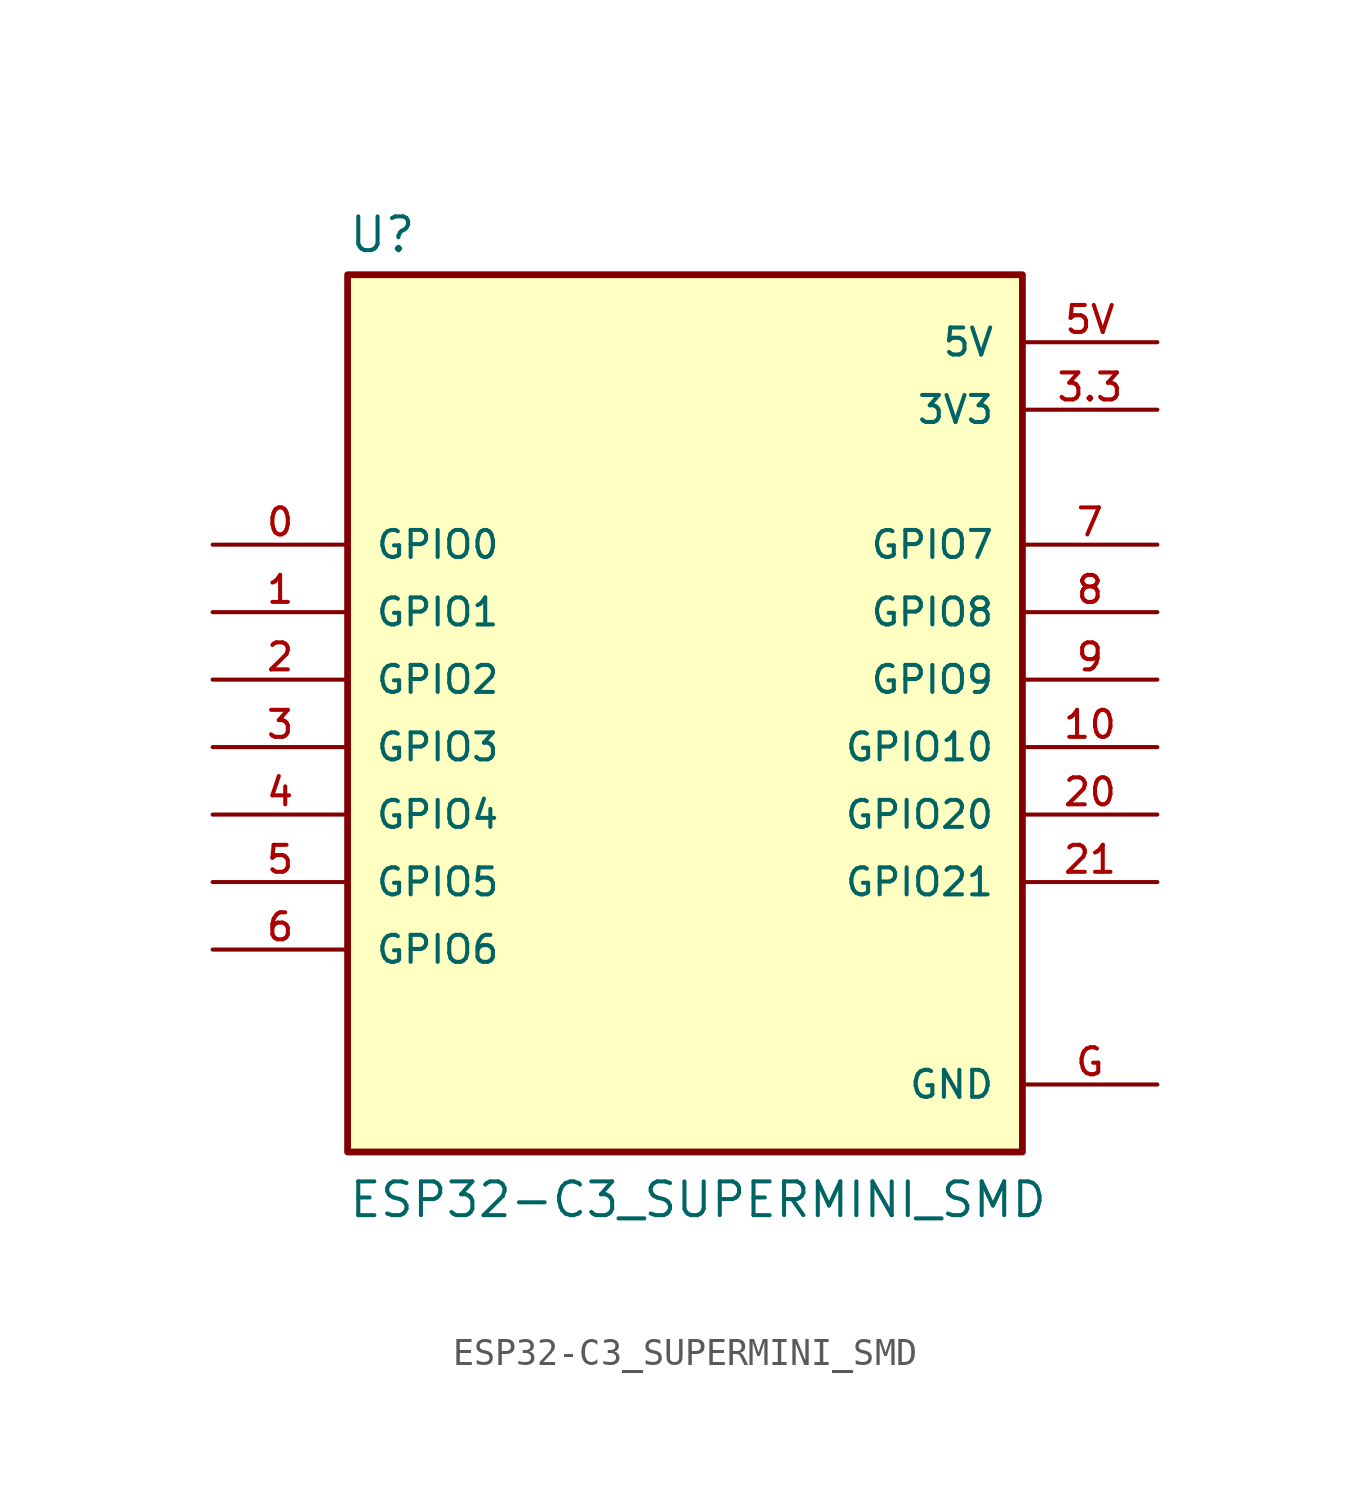
<source format=kicad_sym>
(kicad_symbol_lib
  (version 20211014)
  (generator kicad_symbol_editor)
  (symbol "ESP32-C3_SUPERMINI_SMD"
    (pin_names
      (offset 1.016))
    (property "Reference" "U"
      (at -12.7 16.002 0)
      (effects (font (size 1.27 1.27)) (justify bottom left)))
    (property "Value" "ESP32-C3_SUPERMINI_SMD"
      (at -12.7 -20.32 0)
      (effects (font (size 1.27 1.27)) (justify bottom left)))
    (symbol "ESP32-C3_SUPERMINI_SMD_0_0"
      (rectangle (start -12.7 -17.78) (end 12.7 15.24) (stroke (width 0.254)) (fill (type background)))
      (pin power_in line (at 17.78 12.7 180.0) (length 5.08) (name "5V" (effects (font (size 1.016 1.016)))) (number "5V" (effects (font (size 1.016 1.016)))))
      (pin power_in line (at 17.78 -15.24 180.0) (length 5.08) (name "GND" (effects (font (size 1.016 1.016)))) (number "G" (effects (font (size 1.016 1.016)))))
      (pin power_in line (at 17.78 10.16 180.0) (length 5.08) (name "3V3" (effects (font (size 1.016 1.016)))) (number "3.3" (effects (font (size 1.016 1.016)))))
      (pin bidirectional line (at -17.78 5.08 0) (length 5.08) (name "GPIO0" (effects (font (size 1.016 1.016)))) (number "0" (effects (font (size 1.016 1.016)))))
      (pin bidirectional line (at -17.78 2.54 0) (length 5.08) (name "GPIO1" (effects (font (size 1.016 1.016)))) (number "1" (effects (font (size 1.016 1.016)))))
      (pin bidirectional line (at -17.78 0.0 0) (length 5.08) (name "GPIO2" (effects (font (size 1.016 1.016)))) (number "2" (effects (font (size 1.016 1.016)))))
      (pin bidirectional line (at -17.78 -2.54 0) (length 5.08) (name "GPIO3" (effects (font (size 1.016 1.016)))) (number "3" (effects (font (size 1.016 1.016)))))
      (pin bidirectional line (at -17.78 -5.08 0) (length 5.08) (name "GPIO4" (effects (font (size 1.016 1.016)))) (number "4" (effects (font (size 1.016 1.016)))))
      (pin bidirectional line (at -17.78 -7.62 0) (length 5.08) (name "GPIO5" (effects (font (size 1.016 1.016)))) (number "5" (effects (font (size 1.016 1.016)))))
      (pin bidirectional line (at -17.78 -10.16 0) (length 5.08) (name "GPIO6" (effects (font (size 1.016 1.016)))) (number "6" (effects (font (size 1.016 1.016)))))
      (pin bidirectional line (at 17.78 5.08 180.0) (length 5.08) (name "GPIO7" (effects (font (size 1.016 1.016)))) (number "7" (effects (font (size 1.016 1.016)))))
      (pin bidirectional line (at 17.78 2.54 180.0) (length 5.08) (name "GPIO8" (effects (font (size 1.016 1.016)))) (number "8" (effects (font (size 1.016 1.016)))))
      (pin bidirectional line (at 17.78 0.0 180.0) (length 5.08) (name "GPIO9" (effects (font (size 1.016 1.016)))) (number "9" (effects (font (size 1.016 1.016)))))
      (pin bidirectional line (at 17.78 -2.54 180.0) (length 5.08) (name "GPIO10" (effects (font (size 1.016 1.016)))) (number "10" (effects (font (size 1.016 1.016)))))
      (pin bidirectional line (at 17.78 -5.08 180.0) (length 5.08) (name "GPIO20" (effects (font (size 1.016 1.016)))) (number "20" (effects (font (size 1.016 1.016)))))
      (pin bidirectional line (at 17.78 -7.62 180.0) (length 5.08) (name "GPIO21" (effects (font (size 1.016 1.016)))) (number "21" (effects (font (size 1.016 1.016))))))))
</source>
